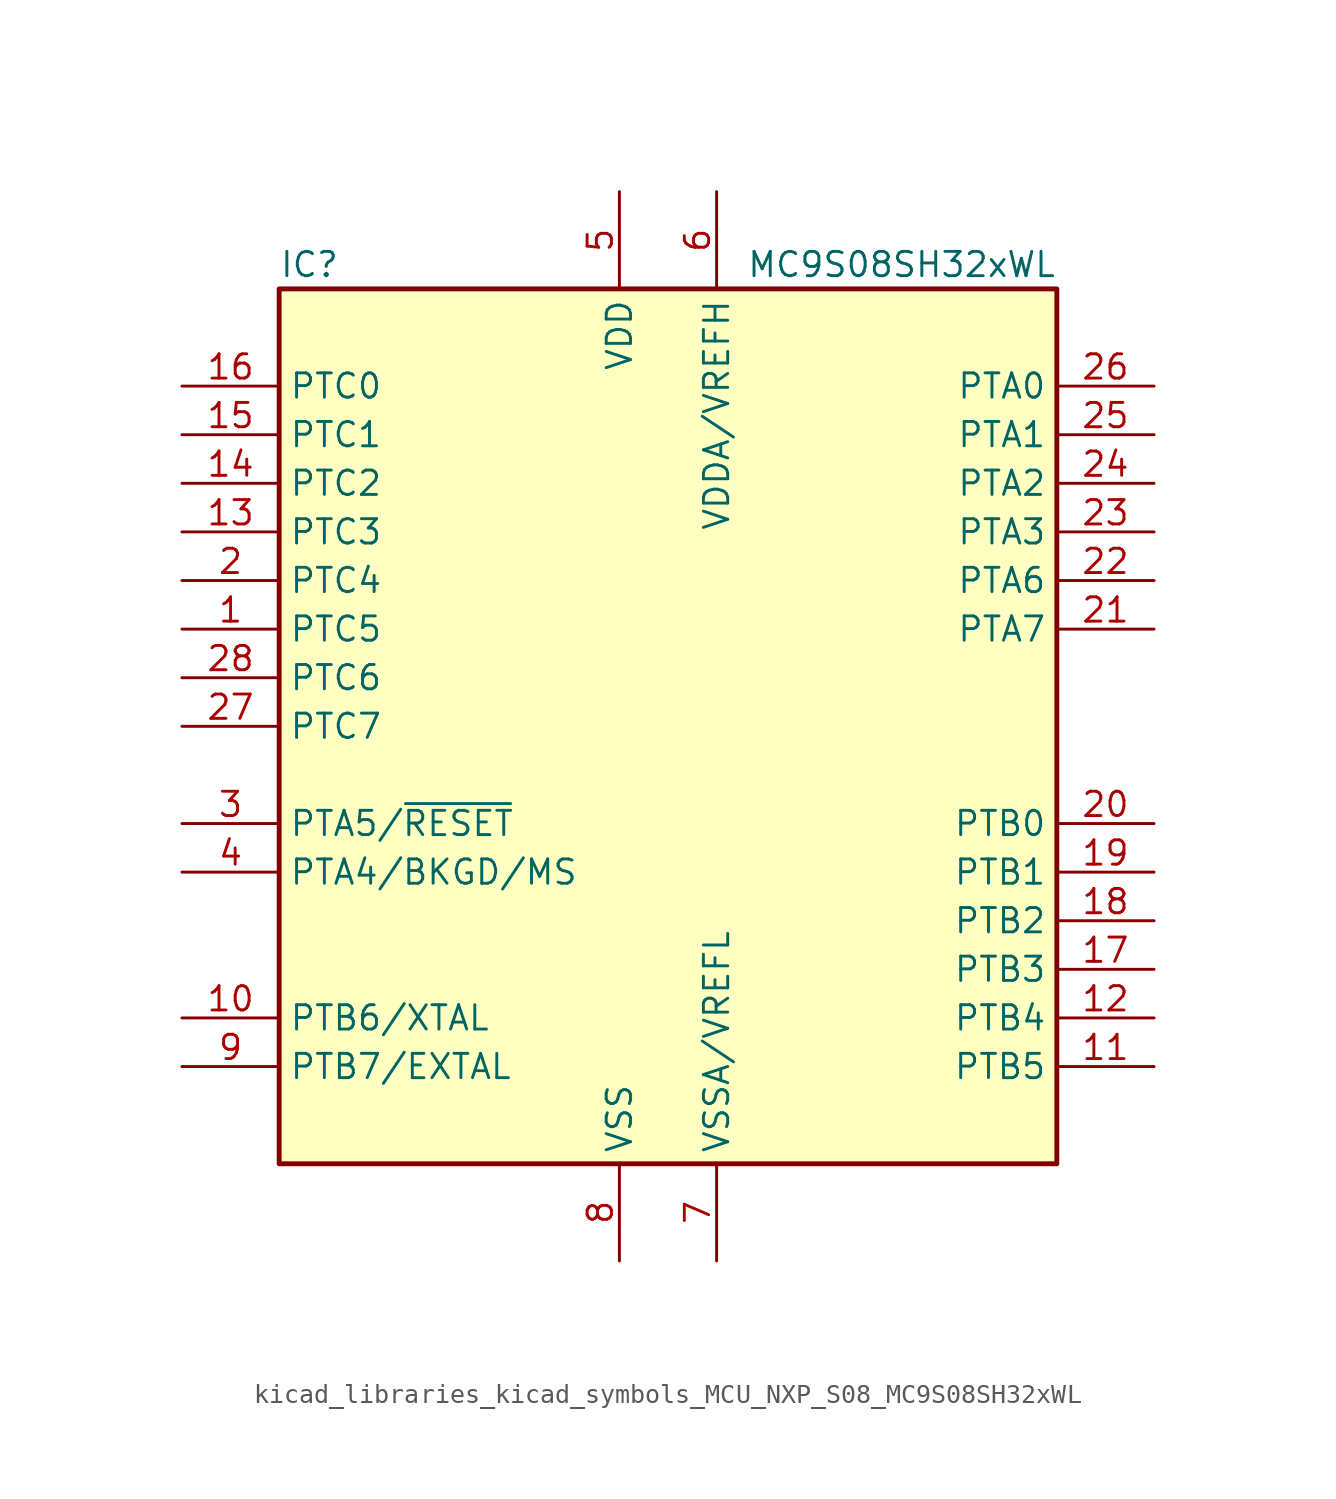
<source format=kicad_sym>
(kicad_symbol_lib
  (version 20220914)
  (generator kicad_symbol_editor)
  (symbol "kicad_libraries_kicad_symbols_MCU_NXP_S08_MC9S08SH32xWL"
    (property "Reference" "IC"
      (at -20.32 24.13 0)
      (effects (font (size 1.27 1.27)) (justify left)))
    (property "Value" "MC9S08SH32xWL"
      (at 20.32 24.13 0)
      (effects (font (size 1.27 1.27)) (justify right)))
    (symbol "kicad_libraries_kicad_symbols_MCU_NXP_S08_MC9S08SH32xWL_0_1"
      (rectangle (start -20.32 22.86) (end 20.32 -22.86) (stroke (width 0.254) (type default)) (fill (type background))))
    (symbol "kicad_libraries_kicad_symbols_MCU_NXP_S08_MC9S08SH32xWL_1_1"
      (pin bidirectional line (at -25.4 5.08 0) (length 5.08) (name "PTC5" (effects (font (size 1.27 1.27)))) (number "1" (effects (font (size 1.27 1.27)))))
      (pin bidirectional line (at -25.4 -15.24 0) (length 5.08) (name "PTB6/XTAL" (effects (font (size 1.27 1.27)))) (number "10" (effects (font (size 1.27 1.27)))))
      (pin bidirectional line (at 25.4 -17.78 180) (length 5.08) (name "PTB5" (effects (font (size 1.27 1.27)))) (number "11" (effects (font (size 1.27 1.27)))))
      (pin bidirectional line (at 25.4 -15.24 180) (length 5.08) (name "PTB4" (effects (font (size 1.27 1.27)))) (number "12" (effects (font (size 1.27 1.27)))))
      (pin bidirectional line (at -25.4 10.16 0) (length 5.08) (name "PTC3" (effects (font (size 1.27 1.27)))) (number "13" (effects (font (size 1.27 1.27)))))
      (pin bidirectional line (at -25.4 12.7 0) (length 5.08) (name "PTC2" (effects (font (size 1.27 1.27)))) (number "14" (effects (font (size 1.27 1.27)))))
      (pin bidirectional line (at -25.4 15.24 0) (length 5.08) (name "PTC1" (effects (font (size 1.27 1.27)))) (number "15" (effects (font (size 1.27 1.27)))))
      (pin bidirectional line (at -25.4 17.78 0) (length 5.08) (name "PTC0" (effects (font (size 1.27 1.27)))) (number "16" (effects (font (size 1.27 1.27)))))
      (pin bidirectional line (at 25.4 -12.7 180) (length 5.08) (name "PTB3" (effects (font (size 1.27 1.27)))) (number "17" (effects (font (size 1.27 1.27)))))
      (pin bidirectional line (at 25.4 -10.16 180) (length 5.08) (name "PTB2" (effects (font (size 1.27 1.27)))) (number "18" (effects (font (size 1.27 1.27)))))
      (pin bidirectional line (at 25.4 -7.62 180) (length 5.08) (name "PTB1" (effects (font (size 1.27 1.27)))) (number "19" (effects (font (size 1.27 1.27)))))
      (pin bidirectional line (at -25.4 7.62 0) (length 5.08) (name "PTC4" (effects (font (size 1.27 1.27)))) (number "2" (effects (font (size 1.27 1.27)))))
      (pin bidirectional line (at 25.4 -5.08 180) (length 5.08) (name "PTB0" (effects (font (size 1.27 1.27)))) (number "20" (effects (font (size 1.27 1.27)))))
      (pin bidirectional line (at 25.4 5.08 180) (length 5.08) (name "PTA7" (effects (font (size 1.27 1.27)))) (number "21" (effects (font (size 1.27 1.27)))))
      (pin bidirectional line (at 25.4 7.62 180) (length 5.08) (name "PTA6" (effects (font (size 1.27 1.27)))) (number "22" (effects (font (size 1.27 1.27)))))
      (pin bidirectional line (at 25.4 10.16 180) (length 5.08) (name "PTA3" (effects (font (size 1.27 1.27)))) (number "23" (effects (font (size 1.27 1.27)))))
      (pin bidirectional line (at 25.4 12.7 180) (length 5.08) (name "PTA2" (effects (font (size 1.27 1.27)))) (number "24" (effects (font (size 1.27 1.27)))))
      (pin bidirectional line (at 25.4 15.24 180) (length 5.08) (name "PTA1" (effects (font (size 1.27 1.27)))) (number "25" (effects (font (size 1.27 1.27)))))
      (pin bidirectional line (at 25.4 17.78 180) (length 5.08) (name "PTA0" (effects (font (size 1.27 1.27)))) (number "26" (effects (font (size 1.27 1.27)))))
      (pin bidirectional line (at -25.4 0 0) (length 5.08) (name "PTC7" (effects (font (size 1.27 1.27)))) (number "27" (effects (font (size 1.27 1.27)))))
      (pin bidirectional line (at -25.4 2.54 0) (length 5.08) (name "PTC6" (effects (font (size 1.27 1.27)))) (number "28" (effects (font (size 1.27 1.27)))))
      (pin bidirectional line (at -25.4 -5.08 0) (length 5.08) (name "PTA5/~{RESET}" (effects (font (size 1.27 1.27)))) (number "3" (effects (font (size 1.27 1.27)))))
      (pin bidirectional line (at -25.4 -7.62 0) (length 5.08) (name "PTA4/BKGD/MS" (effects (font (size 1.27 1.27)))) (number "4" (effects (font (size 1.27 1.27)))))
      (pin power_in line (at -2.54 27.94 270) (length 5.08) (name "VDD" (effects (font (size 1.27 1.27)))) (number "5" (effects (font (size 1.27 1.27)))))
      (pin power_in line (at 2.54 27.94 270) (length 5.08) (name "VDDA/VREFH" (effects (font (size 1.27 1.27)))) (number "6" (effects (font (size 1.27 1.27)))))
      (pin power_in line (at 2.54 -27.94 90) (length 5.08) (name "VSSA/VREFL" (effects (font (size 1.27 1.27)))) (number "7" (effects (font (size 1.27 1.27)))))
      (pin power_in line (at -2.54 -27.94 90) (length 5.08) (name "VSS" (effects (font (size 1.27 1.27)))) (number "8" (effects (font (size 1.27 1.27)))))
      (pin bidirectional line (at -25.4 -17.78 0) (length 5.08) (name "PTB7/EXTAL" (effects (font (size 1.27 1.27)))) (number "9" (effects (font (size 1.27 1.27))))))))
</source>
